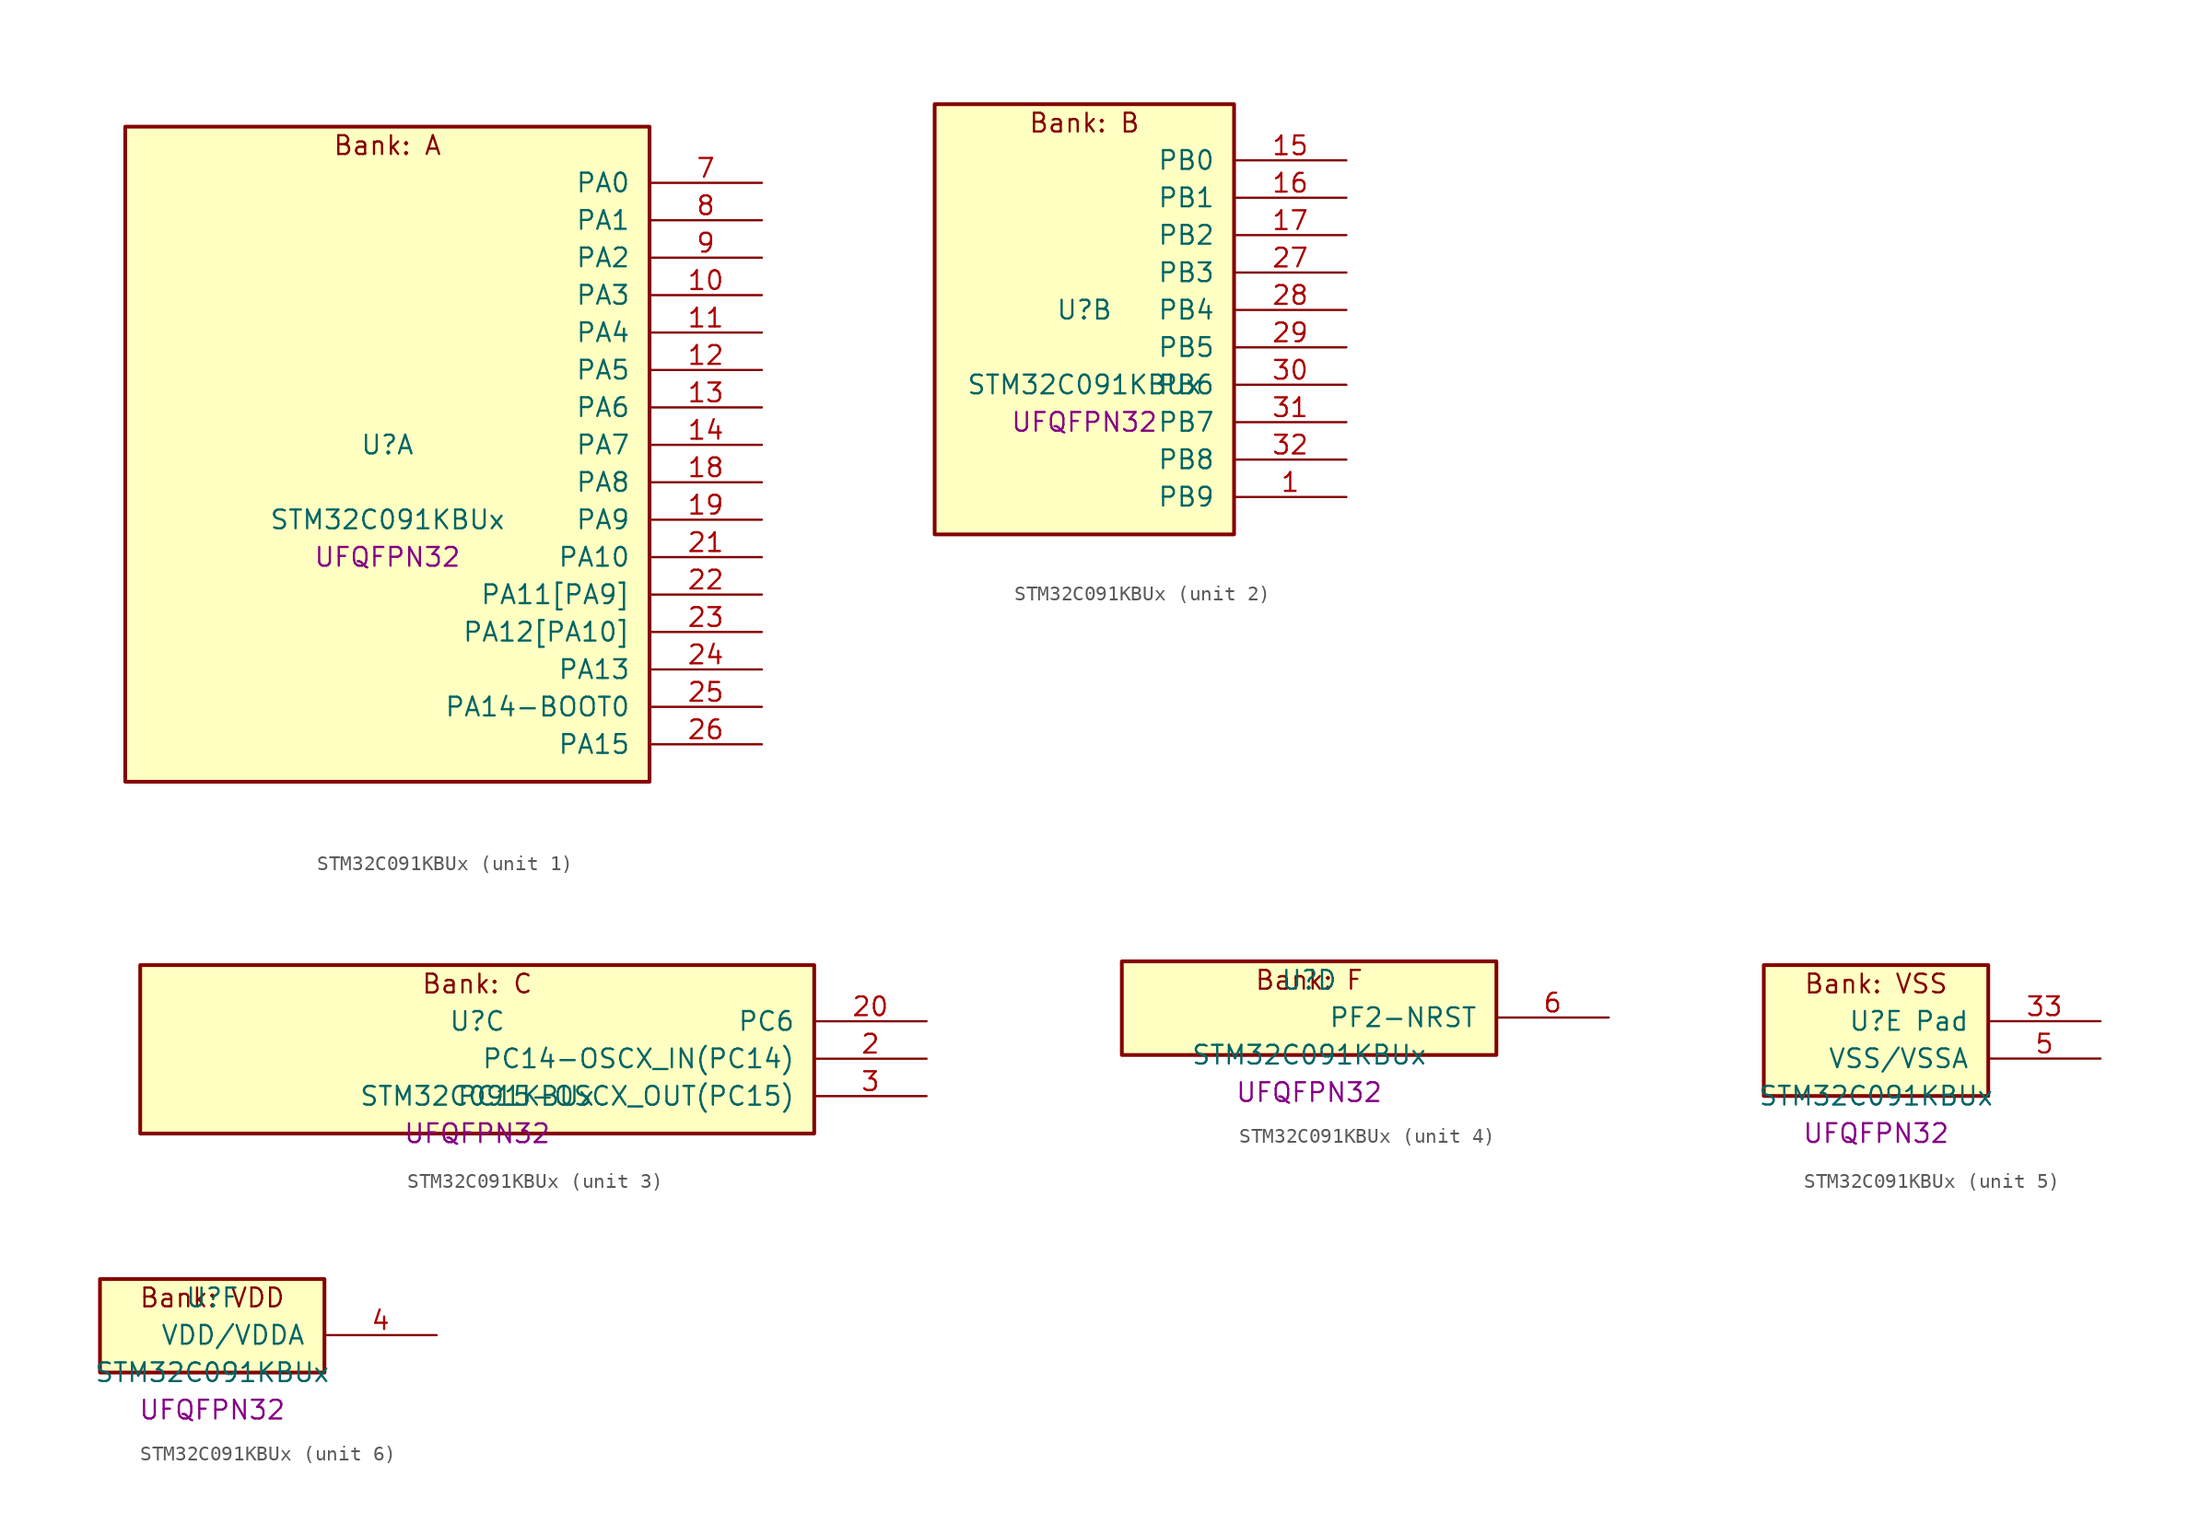
<source format=kicad_sym>
(kicad_symbol_lib
  (version 20241209)
  (generator "stm32_pkl_generator")
  (generator_version "1.0")
  (symbol "STM32C091KBUx"
    (pin_names
      (offset 1.27))
    (property "Reference" "U"
      (at 0 2.54 0))
    (property "Value" "STM32C091KBUx"
      (at 0 -2.54 0))
    (property "Footprint" "UFQFPN32"
      (at 0 -5.08 0))
    (symbol "STM32C091KBUx_1_1"
      (rectangle (start -17.78 24.13) (end 17.78 -20.32) (stroke (width 0.254) (type solid)) (fill (type background)))
      (text "Bank: A" (at 0 22.86 0))
      (pin bidirectional line (at 25.4 20.32 180) (length 7.62) (name "PA0") (number "7") (alternate "PA0/ADC1_IN0" bidirectional line) (alternate "PA0/PWR_WKUP1" bidirectional line) (alternate "PA0/SPI2_SCK" bidirectional line) (alternate "PA0/TIM16_CH1" bidirectional line) (alternate "PA0/TIM1_CH1" bidirectional line) (alternate "PA0/TIM2_CH1" bidirectional line) (alternate "PA0/TIM2_ETR" bidirectional line) (alternate "PA0/USART1_TX" bidirectional line) (alternate "PA0/USART2_CTS" bidirectional line) (alternate "PA0/USART2_NSS" bidirectional line) (alternate "PA0/USART4_TX" bidirectional line))
      (pin bidirectional line (at 25.4 17.78 180) (length 7.62) (name "PA1") (number "8") (alternate "PA1/ADC1_IN1" bidirectional line) (alternate "PA1/I2C1_SMBA" bidirectional line) (alternate "PA1/I2S1_CK" bidirectional line) (alternate "PA1/SPI1_SCK" bidirectional line) (alternate "PA1/TIM15_CH1N" bidirectional line) (alternate "PA1/TIM17_CH1" bidirectional line) (alternate "PA1/TIM1_CH2" bidirectional line) (alternate "PA1/TIM2_CH2" bidirectional line) (alternate "PA1/USART1_RX" bidirectional line) (alternate "PA1/USART2_CK" bidirectional line) (alternate "PA1/USART2_DE" bidirectional line) (alternate "PA1/USART2_RTS" bidirectional line) (alternate "PA1/USART4_RX" bidirectional line))
      (pin bidirectional line (at 25.4 15.24 180) (length 7.62) (name "PA2") (number "9") (alternate "PA2/ADC1_IN2" bidirectional line) (alternate "PA2/I2S1_SD" bidirectional line) (alternate "PA2/PWR_WKUP4" bidirectional line) (alternate "PA2/RCC_LSCO" bidirectional line) (alternate "PA2/SPI1_MOSI" bidirectional line) (alternate "PA2/TIM15_CH1" bidirectional line) (alternate "PA2/TIM16_CH1N" bidirectional line) (alternate "PA2/TIM1_CH3" bidirectional line) (alternate "PA2/TIM2_CH3" bidirectional line) (alternate "PA2/TIM3_ETR" bidirectional line) (alternate "PA2/USART2_TX" bidirectional line))
      (pin bidirectional line (at 25.4 12.7 180) (length 7.62) (name "PA3") (number "10") (alternate "PA3/ADC1_IN3" bidirectional line) (alternate "PA3/SPI2_MISO" bidirectional line) (alternate "PA3/TIM15_CH2" bidirectional line) (alternate "PA3/TIM1_CH1N" bidirectional line) (alternate "PA3/TIM1_CH4" bidirectional line) (alternate "PA3/TIM2_CH4" bidirectional line) (alternate "PA3/USART2_RX" bidirectional line))
      (pin bidirectional line (at 25.4 10.16 180) (length 7.62) (name "PA4") (number "11") (alternate "PA4/ADC1_IN4" bidirectional line) (alternate "PA4/I2S1_WS" bidirectional line) (alternate "PA4/PWR_WKUP2" bidirectional line) (alternate "PA4/RTC_OUT1" bidirectional line) (alternate "PA4/RTC_TS" bidirectional line) (alternate "PA4/SPI1_NSS" bidirectional line) (alternate "PA4/SPI2_MOSI" bidirectional line) (alternate "PA4/TIM14_CH1" bidirectional line) (alternate "PA4/TIM17_CH1N" bidirectional line) (alternate "PA4/TIM1_CH2N" bidirectional line) (alternate "PA4/USART2_TX" bidirectional line))
      (pin bidirectional line (at 25.4 7.62 180) (length 7.62) (name "PA5") (number "12") (alternate "PA5/ADC1_IN5" bidirectional line) (alternate "PA5/I2S1_CK" bidirectional line) (alternate "PA5/SPI1_SCK" bidirectional line) (alternate "PA5/TIM1_CH1" bidirectional line) (alternate "PA5/TIM1_CH3N" bidirectional line) (alternate "PA5/TIM2_CH1" bidirectional line) (alternate "PA5/TIM2_ETR" bidirectional line) (alternate "PA5/USART2_RX" bidirectional line) (alternate "PA5/USART3_TX" bidirectional line))
      (pin bidirectional line (at 25.4 5.08 180) (length 7.62) (name "PA6") (number "13") (alternate "PA6/ADC1_IN6" bidirectional line) (alternate "PA6/I2C2_SDA" bidirectional line) (alternate "PA6/I2S1_MCK" bidirectional line) (alternate "PA6/SPI1_MISO" bidirectional line) (alternate "PA6/TIM16_CH1" bidirectional line) (alternate "PA6/TIM1_BKIN" bidirectional line) (alternate "PA6/TIM3_CH1" bidirectional line) (alternate "PA6/USART3_CTS" bidirectional line) (alternate "PA6/USART3_NSS" bidirectional line))
      (pin bidirectional line (at 25.4 2.54 180) (length 7.62) (name "PA7") (number "14") (alternate "PA7/ADC1_IN7" bidirectional line) (alternate "PA7/I2C2_SCL" bidirectional line) (alternate "PA7/I2S1_SD" bidirectional line) (alternate "PA7/SPI1_MOSI" bidirectional line) (alternate "PA7/TIM14_CH1" bidirectional line) (alternate "PA7/TIM17_CH1" bidirectional line) (alternate "PA7/TIM1_CH1N" bidirectional line) (alternate "PA7/TIM3_CH2" bidirectional line))
      (pin bidirectional line (at 25.4 0 180) (length 7.62) (name "PA8") (number "18") (alternate "PA8/ADC1_IN8" bidirectional line) (alternate "PA8/I2S1_WS" bidirectional line) (alternate "PA8/RCC_MCO" bidirectional line) (alternate "PA8/RCC_MCO_2" bidirectional line) (alternate "PA8/SPI1_NSS" bidirectional line) (alternate "PA8/SPI2_MISO" bidirectional line) (alternate "PA8/SPI2_NSS" bidirectional line) (alternate "PA8/TIM14_CH1" bidirectional line) (alternate "PA8/TIM1_CH1" bidirectional line) (alternate "PA8/TIM1_CH2N" bidirectional line) (alternate "PA8/TIM1_CH3N" bidirectional line) (alternate "PA8/TIM3_CH3" bidirectional line) (alternate "PA8/TIM3_CH4" bidirectional line) (alternate "PA8/USART1_RX" bidirectional line) (alternate "PA8/USART2_TX" bidirectional line))
      (pin bidirectional line (at 25.4 -2.54 180) (length 7.62) (name "PA9") (number "19") (alternate "PA9/I2C1_SCL" bidirectional line) (alternate "PA9/I2C2_SCL" bidirectional line) (alternate "PA9/RCC_MCO" bidirectional line) (alternate "PA9/SPI2_MISO" bidirectional line) (alternate "PA9/TIM15_BKIN" bidirectional line) (alternate "PA9/TIM1_CH2" bidirectional line) (alternate "PA9/TIM3_ETR" bidirectional line) (alternate "PA9/USART1_TX" bidirectional line) (alternate "PA9/NC" bidirectional line))
      (pin bidirectional line (at 25.4 -5.08 180) (length 7.62) (name "PA10") (number "21") (alternate "PA10/I2C1_SDA" bidirectional line) (alternate "PA10/I2C2_SDA" bidirectional line) (alternate "PA10/RCC_MCO_2" bidirectional line) (alternate "PA10/SPI2_MOSI" bidirectional line) (alternate "PA10/TIM17_BKIN" bidirectional line) (alternate "PA10/TIM1_CH3" bidirectional line) (alternate "PA10/USART1_RX" bidirectional line) (alternate "PA10/NC" bidirectional line))
      (pin bidirectional line (at 25.4 -7.62 180) (length 7.62) (name "PA11[PA9]") (number "22") (alternate "PA11[PA9]/ADC1_EXTI11" bidirectional line) (alternate "PA11[PA9]/I2C2_SCL" bidirectional line) (alternate "PA11[PA9]/I2S1_MCK" bidirectional line) (alternate "PA11[PA9]/SPI1_MISO" bidirectional line) (alternate "PA11[PA9]/TIM1_BKIN2" bidirectional line) (alternate "PA11[PA9]/TIM1_CH4" bidirectional line) (alternate "PA11[PA9]/USART1_CTS" bidirectional line) (alternate "PA11[PA9]/USART1_NSS" bidirectional line) (alternate "PA11[PA9]/PA9[PA11]" bidirectional line) (alternate "PA11[PA9]/I2C1_SCL" bidirectional line) (alternate "PA11[PA9]/RCC_MCO" bidirectional line) (alternate "PA11[PA9]/SPI2_MISO" bidirectional line) (alternate "PA11[PA9]/TIM15_BKIN" bidirectional line) (alternate "PA11[PA9]/TIM1_CH2" bidirectional line) (alternate "PA11[PA9]/TIM3_ETR" bidirectional line) (alternate "PA11[PA9]/USART1_TX" bidirectional line))
      (pin bidirectional line (at 25.4 -10.16 180) (length 7.62) (name "PA12[PA10]") (number "23") (alternate "PA12[PA10]/I2C2_SDA" bidirectional line) (alternate "PA12[PA10]/I2S1_SD" bidirectional line) (alternate "PA12[PA10]/I2S_CKIN" bidirectional line) (alternate "PA12[PA10]/SPI1_MOSI" bidirectional line) (alternate "PA12[PA10]/TIM1_ETR" bidirectional line) (alternate "PA12[PA10]/USART1_CK" bidirectional line) (alternate "PA12[PA10]/USART1_DE" bidirectional line) (alternate "PA12[PA10]/USART1_RTS" bidirectional line) (alternate "PA12[PA10]/PA10[PA12]" bidirectional line) (alternate "PA12[PA10]/I2C1_SDA" bidirectional line) (alternate "PA12[PA10]/RCC_MCO_2" bidirectional line) (alternate "PA12[PA10]/SPI2_MOSI" bidirectional line) (alternate "PA12[PA10]/TIM17_BKIN" bidirectional line) (alternate "PA12[PA10]/TIM1_CH3" bidirectional line) (alternate "PA12[PA10]/USART1_RX" bidirectional line))
      (pin bidirectional line (at 25.4 -12.7 180) (length 7.62) (name "PA13") (number "24") (alternate "PA13/ADC1_IN13" bidirectional line) (alternate "PA13/DEBUG_SWDIO" bidirectional line) (alternate "PA13/IR_OUT" bidirectional line) (alternate "PA13/TIM3_ETR" bidirectional line) (alternate "PA13/USART2_RX" bidirectional line))
      (pin bidirectional line (at 25.4 -15.24 180) (length 7.62) (name "PA14-BOOT0") (number "25") (alternate "PA14-BOOT0/ADC1_IN14" bidirectional line) (alternate "PA14-BOOT0/BOOT0" bidirectional line) (alternate "PA14-BOOT0/DEBUG_SWCLK" bidirectional line) (alternate "PA14-BOOT0/I2S1_WS" bidirectional line) (alternate "PA14-BOOT0/RCC_MCO_2" bidirectional line) (alternate "PA14-BOOT0/SPI1_NSS" bidirectional line) (alternate "PA14-BOOT0/TIM1_CH1" bidirectional line) (alternate "PA14-BOOT0/USART1_CK" bidirectional line) (alternate "PA14-BOOT0/USART1_DE" bidirectional line) (alternate "PA14-BOOT0/USART1_RTS" bidirectional line) (alternate "PA14-BOOT0/USART2_RX" bidirectional line) (alternate "PA14-BOOT0/USART2_TX" bidirectional line))
      (pin bidirectional line (at 25.4 -17.78 180) (length 7.62) (name "PA15") (number "26") (alternate "PA15/I2S1_WS" bidirectional line) (alternate "PA15/RCC_MCO_2" bidirectional line) (alternate "PA15/SPI1_NSS" bidirectional line) (alternate "PA15/TIM1_CH1" bidirectional line) (alternate "PA15/TIM2_CH1" bidirectional line) (alternate "PA15/TIM2_ETR" bidirectional line) (alternate "PA15/USART1_CK" bidirectional line) (alternate "PA15/USART1_DE" bidirectional line) (alternate "PA15/USART1_RTS" bidirectional line) (alternate "PA15/USART2_RX" bidirectional line) (alternate "PA15/USART3_CK" bidirectional line) (alternate "PA15/USART3_DE" bidirectional line) (alternate "PA15/USART3_RTS" bidirectional line) (alternate "PA15/USART4_CK" bidirectional line) (alternate "PA15/USART4_DE" bidirectional line) (alternate "PA15/USART4_RTS" bidirectional line)))
    (symbol "STM32C091KBUx_2_1"
      (rectangle (start -10.16 16.51) (end 10.16 -12.7) (stroke (width 0.254) (type solid)) (fill (type background)))
      (text "Bank: B" (at 0 15.24 0))
      (pin bidirectional line (at 17.78 12.7 180) (length 7.62) (name "PB0") (number "15") (alternate "PB0/ADC1_IN17" bidirectional line) (alternate "PB0/I2S1_WS" bidirectional line) (alternate "PB0/SPI1_NSS" bidirectional line) (alternate "PB0/TIM1_CH2N" bidirectional line) (alternate "PB0/TIM3_CH3" bidirectional line) (alternate "PB0/USART3_RX" bidirectional line))
      (pin bidirectional line (at 17.78 10.16 180) (length 7.62) (name "PB1") (number "16") (alternate "PB1/ADC1_IN18" bidirectional line) (alternate "PB1/TIM14_CH1" bidirectional line) (alternate "PB1/TIM1_CH2N" bidirectional line) (alternate "PB1/TIM1_CH3N" bidirectional line) (alternate "PB1/TIM3_CH4" bidirectional line) (alternate "PB1/USART3_CK" bidirectional line) (alternate "PB1/USART3_DE" bidirectional line) (alternate "PB1/USART3_RTS" bidirectional line))
      (pin bidirectional line (at 17.78 7.62 180) (length 7.62) (name "PB2") (number "17") (alternate "PB2/ADC1_IN19" bidirectional line) (alternate "PB2/RCC_MCO_2" bidirectional line) (alternate "PB2/SPI2_MISO" bidirectional line) (alternate "PB2/USART1_RX" bidirectional line) (alternate "PB2/USART3_TX" bidirectional line))
      (pin bidirectional line (at 17.78 5.08 180) (length 7.62) (name "PB3") (number "27") (alternate "PB3/I2C2_SCL" bidirectional line) (alternate "PB3/I2S1_CK" bidirectional line) (alternate "PB3/SPI1_SCK" bidirectional line) (alternate "PB3/TIM1_CH2" bidirectional line) (alternate "PB3/TIM2_CH2" bidirectional line) (alternate "PB3/TIM3_CH2" bidirectional line) (alternate "PB3/USART1_CK" bidirectional line) (alternate "PB3/USART1_DE" bidirectional line) (alternate "PB3/USART1_RTS" bidirectional line))
      (pin bidirectional line (at 17.78 2.54 180) (length 7.62) (name "PB4") (number "28") (alternate "PB4/I2C2_SDA" bidirectional line) (alternate "PB4/I2S1_MCK" bidirectional line) (alternate "PB4/SPI1_MISO" bidirectional line) (alternate "PB4/TIM17_BKIN" bidirectional line) (alternate "PB4/TIM3_CH1" bidirectional line) (alternate "PB4/USART1_CTS" bidirectional line) (alternate "PB4/USART1_NSS" bidirectional line))
      (pin bidirectional line (at 17.78 0 180) (length 7.62) (name "PB5") (number "29") (alternate "PB5/I2C1_SMBA" bidirectional line) (alternate "PB5/I2S1_SD" bidirectional line) (alternate "PB5/PWR_WKUP6" bidirectional line) (alternate "PB5/SPI1_MOSI" bidirectional line) (alternate "PB5/TIM16_BKIN" bidirectional line) (alternate "PB5/TIM3_CH2" bidirectional line) (alternate "PB5/TIM3_CH3" bidirectional line))
      (pin bidirectional line (at 17.78 -2.54 180) (length 7.62) (name "PB6") (number "30") (alternate "PB6/I2C1_SCL" bidirectional line) (alternate "PB6/I2C1_SMBA" bidirectional line) (alternate "PB6/I2S1_CK" bidirectional line) (alternate "PB6/I2S1_MCK" bidirectional line) (alternate "PB6/I2S1_SD" bidirectional line) (alternate "PB6/PWR_WKUP3" bidirectional line) (alternate "PB6/SPI1_MISO" bidirectional line) (alternate "PB6/SPI1_MOSI" bidirectional line) (alternate "PB6/SPI1_SCK" bidirectional line) (alternate "PB6/SPI2_MISO" bidirectional line) (alternate "PB6/TIM16_BKIN" bidirectional line) (alternate "PB6/TIM16_CH1N" bidirectional line) (alternate "PB6/TIM1_CH2" bidirectional line) (alternate "PB6/TIM1_CH3" bidirectional line) (alternate "PB6/TIM3_CH1" bidirectional line) (alternate "PB6/TIM3_CH2" bidirectional line) (alternate "PB6/TIM3_CH3" bidirectional line) (alternate "PB6/USART1_CTS" bidirectional line) (alternate "PB6/USART1_NSS" bidirectional line) (alternate "PB6/USART1_TX" bidirectional line))
      (pin bidirectional line (at 17.78 -5.08 180) (length 7.62) (name "PB7") (number "31") (alternate "PB7/I2C1_SCL" bidirectional line) (alternate "PB7/I2C1_SDA" bidirectional line) (alternate "PB7/RTC_REFIN" bidirectional line) (alternate "PB7/SPI2_MOSI" bidirectional line) (alternate "PB7/TIM16_CH1" bidirectional line) (alternate "PB7/TIM17_CH1N" bidirectional line) (alternate "PB7/TIM1_CH4" bidirectional line) (alternate "PB7/TIM3_CH1" bidirectional line) (alternate "PB7/TIM3_CH4" bidirectional line) (alternate "PB7/USART1_RX" bidirectional line) (alternate "PB7/USART2_CTS" bidirectional line) (alternate "PB7/USART2_NSS" bidirectional line) (alternate "PB7/USART4_CTS" bidirectional line) (alternate "PB7/USART4_NSS" bidirectional line))
      (pin bidirectional line (at 17.78 -7.62 180) (length 7.62) (name "PB8") (number "32") (alternate "PB8/I2C1_SCL" bidirectional line) (alternate "PB8/SPI2_SCK" bidirectional line) (alternate "PB8/TIM15_BKIN" bidirectional line) (alternate "PB8/TIM16_CH1" bidirectional line) (alternate "PB8/TIM3_CH1" bidirectional line) (alternate "PB8/USART2_CTS" bidirectional line) (alternate "PB8/USART2_NSS" bidirectional line) (alternate "PB8/USART3_TX" bidirectional line))
      (pin bidirectional line (at 17.78 -10.16 180) (length 7.62) (name "PB9") (number "1") (alternate "PB9/I2C1_SDA" bidirectional line) (alternate "PB9/IR_OUT" bidirectional line) (alternate "PB9/SPI2_NSS" bidirectional line) (alternate "PB9/TIM17_CH1" bidirectional line) (alternate "PB9/TIM3_CH2" bidirectional line) (alternate "PB9/USART2_CK" bidirectional line) (alternate "PB9/USART2_DE" bidirectional line) (alternate "PB9/USART2_RTS" bidirectional line) (alternate "PB9/USART3_RX" bidirectional line)))
    (symbol "STM32C091KBUx_3_1"
      (rectangle (start -22.86 6.35) (end 22.86 -5.08) (stroke (width 0.254) (type solid)) (fill (type background)))
      (text "Bank: C" (at 0 5.08 0))
      (pin bidirectional line (at 30.48 2.54 180) (length 7.62) (name "PC6") (number "20") (alternate "PC6/TIM2_CH3" bidirectional line) (alternate "PC6/TIM3_CH1" bidirectional line))
      (pin bidirectional line (at 30.48 0 180) (length 7.62) (name "PC14-OSCX_IN(PC14)") (number "2") (alternate "PC14-OSCX_IN(PC14)/I2C1_SDA" bidirectional line) (alternate "PC14-OSCX_IN(PC14)/IR_OUT" bidirectional line) (alternate "PC14-OSCX_IN(PC14)/RCC_OSCX_IN" bidirectional line) (alternate "PC14-OSCX_IN(PC14)/SPI2_NSS" bidirectional line) (alternate "PC14-OSCX_IN(PC14)/TIM17_CH1" bidirectional line) (alternate "PC14-OSCX_IN(PC14)/TIM1_BKIN2" bidirectional line) (alternate "PC14-OSCX_IN(PC14)/TIM1_ETR" bidirectional line) (alternate "PC14-OSCX_IN(PC14)/TIM3_CH2" bidirectional line) (alternate "PC14-OSCX_IN(PC14)/USART1_TX" bidirectional line) (alternate "PC14-OSCX_IN(PC14)/USART2_CK" bidirectional line) (alternate "PC14-OSCX_IN(PC14)/USART2_DE" bidirectional line) (alternate "PC14-OSCX_IN(PC14)/USART2_RTS" bidirectional line) (alternate "PC14-OSCX_IN(PC14)/USART3_TX" bidirectional line))
      (pin bidirectional line (at 30.48 -2.54 180) (length 7.62) (name "PC15-OSCX_OUT(PC15)") (number "3") (alternate "PC15-OSCX_OUT(PC15)/RCC_OSC32_EN" bidirectional line) (alternate "PC15-OSCX_OUT(PC15)/RCC_OSCX_OUT" bidirectional line) (alternate "PC15-OSCX_OUT(PC15)/RCC_OSC_EN" bidirectional line) (alternate "PC15-OSCX_OUT(PC15)/TIM15_BKIN" bidirectional line) (alternate "PC15-OSCX_OUT(PC15)/TIM1_ETR" bidirectional line) (alternate "PC15-OSCX_OUT(PC15)/TIM3_CH3" bidirectional line)))
    (symbol "STM32C091KBUx_4_1"
      (rectangle (start -12.7 3.81) (end 12.7 -2.54) (stroke (width 0.254) (type solid)) (fill (type background)))
      (text "Bank: F" (at 0 2.54 0))
      (pin bidirectional line (at 20.32 0 180) (length 7.62) (name "PF2-NRST") (number "6") (alternate "PF2-NRST/RCC_MCO" bidirectional line) (alternate "PF2-NRST/TIM1_CH4" bidirectional line)))
    (symbol "STM32C091KBUx_5_1"
      (rectangle (start -7.62 6.35) (end 7.62 -2.54) (stroke (width 0.254) (type solid)) (fill (type background)))
      (text "Bank: VSS" (at 0 5.08 0))
      (pin passive line (at 15.24 2.54 180) (length 7.62) (name "Pad") (number "33"))
      (pin power_in line (at 15.24 0 180) (length 7.62) (name "VSS/VSSA") (number "5")))
    (symbol "STM32C091KBUx_6_1"
      (rectangle (start -7.62 3.81) (end 7.62 -2.54) (stroke (width 0.254) (type solid)) (fill (type background)))
      (text "Bank: VDD" (at 0 2.54 0))
      (pin power_in line (at 15.24 0 180) (length 7.62) (name "VDD/VDDA") (number "4")))))
</source>
